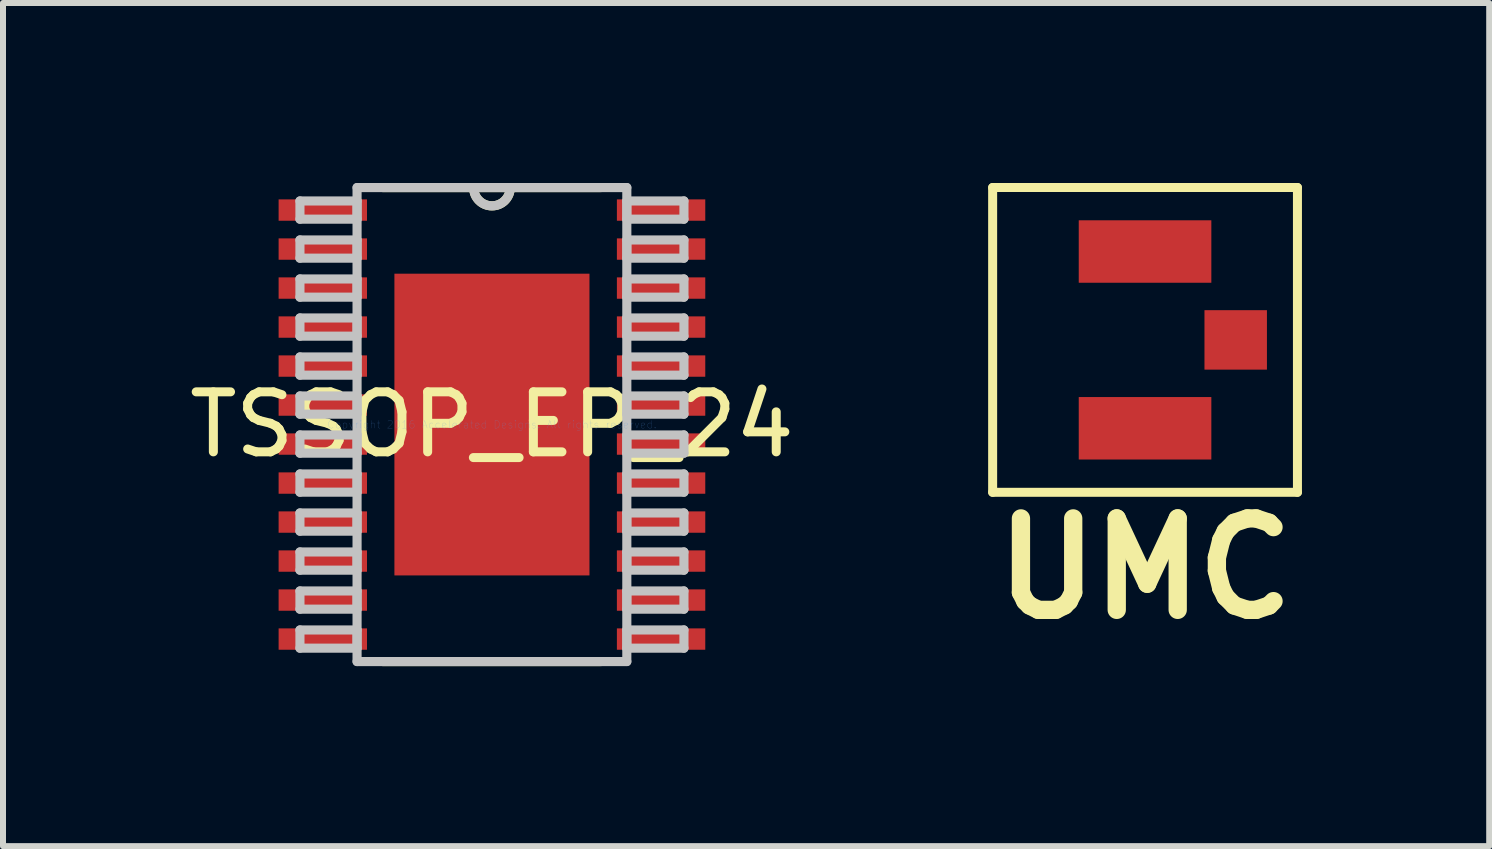
<source format=kicad_pcb>
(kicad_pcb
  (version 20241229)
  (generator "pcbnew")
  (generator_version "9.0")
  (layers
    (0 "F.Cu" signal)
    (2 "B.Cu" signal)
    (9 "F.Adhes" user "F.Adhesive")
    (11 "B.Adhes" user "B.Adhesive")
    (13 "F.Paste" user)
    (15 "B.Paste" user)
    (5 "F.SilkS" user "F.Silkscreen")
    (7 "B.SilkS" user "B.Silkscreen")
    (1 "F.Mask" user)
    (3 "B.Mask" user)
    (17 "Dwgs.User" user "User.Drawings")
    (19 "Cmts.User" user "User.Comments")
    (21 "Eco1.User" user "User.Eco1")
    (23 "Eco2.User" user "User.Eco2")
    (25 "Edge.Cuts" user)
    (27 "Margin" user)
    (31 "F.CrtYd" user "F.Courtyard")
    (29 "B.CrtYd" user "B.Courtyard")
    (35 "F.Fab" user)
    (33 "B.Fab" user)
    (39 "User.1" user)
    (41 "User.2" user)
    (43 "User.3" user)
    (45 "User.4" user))
  (footprint "TSSOP_EP_24"
    (layer "F.Cu")
    (at 5.149 4.026)
    (property "Reference" "TSSOP_EP_24" (at 0 0 0) (layer "F.SilkS") (effects (font (size 1 1) (thickness 0.15))))
    (attr through_hole)
    (fp_line (start -1.818 3.95) (end 1.818 3.95) (stroke (width 0.152) (type solid)) (layer "F.SilkS"))
    (fp_line (start 1.818 -3.95) (end -1.818 -3.95) (stroke (width 0.152) (type solid)) (layer "F.SilkS"))
    (fp_arc (start 0.3048 -3.9497) (mid 0 -3.6449) (end -0.3048 -3.9497) (stroke (width 0.1524) (type solid)) (layer "F.SilkS"))
    (fp_line (start -3.2 -3.727) (end -3.2 -3.423) (stroke (width 0.152) (type solid)) (layer "Dwgs.User"))
    (fp_line (start -3.2 -3.423) (end -2.248 -3.423) (stroke (width 0.152) (type solid)) (layer "Dwgs.User"))
    (fp_line (start -3.2 -3.077) (end -3.2 -2.773) (stroke (width 0.152) (type solid)) (layer "Dwgs.User"))
    (fp_line (start -3.2 -2.773) (end -2.248 -2.773) (stroke (width 0.152) (type solid)) (layer "Dwgs.User"))
    (fp_line (start -3.2 -2.427) (end -3.2 -2.123) (stroke (width 0.152) (type solid)) (layer "Dwgs.User"))
    (fp_line (start -3.2 -2.123) (end -2.248 -2.123) (stroke (width 0.152) (type solid)) (layer "Dwgs.User"))
    (fp_line (start -3.2 -1.777) (end -3.2 -1.473) (stroke (width 0.152) (type solid)) (layer "Dwgs.User"))
    (fp_line (start -3.2 -1.473) (end -2.248 -1.473) (stroke (width 0.152) (type solid)) (layer "Dwgs.User"))
    (fp_line (start -3.2 -1.127) (end -3.2 -0.823) (stroke (width 0.152) (type solid)) (layer "Dwgs.User"))
    (fp_line (start -3.2 -0.823) (end -2.248 -0.823) (stroke (width 0.152) (type solid)) (layer "Dwgs.User"))
    (fp_line (start -3.2 -0.477) (end -3.2 -0.173) (stroke (width 0.152) (type solid)) (layer "Dwgs.User"))
    (fp_line (start -3.2 -0.173) (end -2.248 -0.173) (stroke (width 0.152) (type solid)) (layer "Dwgs.User"))
    (fp_line (start -3.2 0.173) (end -3.2 0.477) (stroke (width 0.152) (type solid)) (layer "Dwgs.User"))
    (fp_line (start -3.2 0.477) (end -2.248 0.477) (stroke (width 0.152) (type solid)) (layer "Dwgs.User"))
    (fp_line (start -3.2 0.823) (end -3.2 1.127) (stroke (width 0.152) (type solid)) (layer "Dwgs.User"))
    (fp_line (start -3.2 1.127) (end -2.248 1.127) (stroke (width 0.152) (type solid)) (layer "Dwgs.User"))
    (fp_line (start -3.2 1.473) (end -3.2 1.777) (stroke (width 0.152) (type solid)) (layer "Dwgs.User"))
    (fp_line (start -3.2 1.777) (end -2.248 1.777) (stroke (width 0.152) (type solid)) (layer "Dwgs.User"))
    (fp_line (start -3.2 2.123) (end -3.2 2.427) (stroke (width 0.152) (type solid)) (layer "Dwgs.User"))
    (fp_line (start -3.2 2.427) (end -2.248 2.427) (stroke (width 0.152) (type solid)) (layer "Dwgs.User"))
    (fp_line (start -3.2 2.773) (end -3.2 3.077) (stroke (width 0.152) (type solid)) (layer "Dwgs.User"))
    (fp_line (start -3.2 3.077) (end -2.248 3.077) (stroke (width 0.152) (type solid)) (layer "Dwgs.User"))
    (fp_line (start -3.2 3.423) (end -3.2 3.727) (stroke (width 0.152) (type solid)) (layer "Dwgs.User"))
    (fp_line (start -3.2 3.727) (end -2.248 3.727) (stroke (width 0.152) (type solid)) (layer "Dwgs.User"))
    (fp_line (start -2.248 -3.95) (end -2.248 3.95) (stroke (width 0.152) (type solid)) (layer "Dwgs.User"))
    (fp_line (start -2.248 -3.727) (end -3.2 -3.727) (stroke (width 0.152) (type solid)) (layer "Dwgs.User"))
    (fp_line (start -2.248 -3.423) (end -2.248 -3.727) (stroke (width 0.152) (type solid)) (layer "Dwgs.User"))
    (fp_line (start -2.248 -3.077) (end -3.2 -3.077) (stroke (width 0.152) (type solid)) (layer "Dwgs.User"))
    (fp_line (start -2.248 -2.773) (end -2.248 -3.077) (stroke (width 0.152) (type solid)) (layer "Dwgs.User"))
    (fp_line (start -2.248 -2.427) (end -3.2 -2.427) (stroke (width 0.152) (type solid)) (layer "Dwgs.User"))
    (fp_line (start -2.248 -2.123) (end -2.248 -2.427) (stroke (width 0.152) (type solid)) (layer "Dwgs.User"))
    (fp_line (start -2.248 -1.777) (end -3.2 -1.777) (stroke (width 0.152) (type solid)) (layer "Dwgs.User"))
    (fp_line (start -2.248 -1.473) (end -2.248 -1.777) (stroke (width 0.152) (type solid)) (layer "Dwgs.User"))
    (fp_line (start -2.248 -1.127) (end -3.2 -1.127) (stroke (width 0.152) (type solid)) (layer "Dwgs.User"))
    (fp_line (start -2.248 -0.823) (end -2.248 -1.127) (stroke (width 0.152) (type solid)) (layer "Dwgs.User"))
    (fp_line (start -2.248 -0.477) (end -3.2 -0.477) (stroke (width 0.152) (type solid)) (layer "Dwgs.User"))
    (fp_line (start -2.248 -0.173) (end -2.248 -0.477) (stroke (width 0.152) (type solid)) (layer "Dwgs.User"))
    (fp_line (start -2.248 0.173) (end -3.2 0.173) (stroke (width 0.152) (type solid)) (layer "Dwgs.User"))
    (fp_line (start -2.248 0.477) (end -2.248 0.173) (stroke (width 0.152) (type solid)) (layer "Dwgs.User"))
    (fp_line (start -2.248 0.823) (end -3.2 0.823) (stroke (width 0.152) (type solid)) (layer "Dwgs.User"))
    (fp_line (start -2.248 1.127) (end -2.248 0.823) (stroke (width 0.152) (type solid)) (layer "Dwgs.User"))
    (fp_line (start -2.248 1.473) (end -3.2 1.473) (stroke (width 0.152) (type solid)) (layer "Dwgs.User"))
    (fp_line (start -2.248 1.777) (end -2.248 1.473) (stroke (width 0.152) (type solid)) (layer "Dwgs.User"))
    (fp_line (start -2.248 2.123) (end -3.2 2.123) (stroke (width 0.152) (type solid)) (layer "Dwgs.User"))
    (fp_line (start -2.248 2.427) (end -2.248 2.123) (stroke (width 0.152) (type solid)) (layer "Dwgs.User"))
    (fp_line (start -2.248 2.773) (end -3.2 2.773) (stroke (width 0.152) (type solid)) (layer "Dwgs.User"))
    (fp_line (start -2.248 3.077) (end -2.248 2.773) (stroke (width 0.152) (type solid)) (layer "Dwgs.User"))
    (fp_line (start -2.248 3.423) (end -3.2 3.423) (stroke (width 0.152) (type solid)) (layer "Dwgs.User"))
    (fp_line (start -2.248 3.727) (end -2.248 3.423) (stroke (width 0.152) (type solid)) (layer "Dwgs.User"))
    (fp_line (start -2.248 3.95) (end 2.248 3.95) (stroke (width 0.152) (type solid)) (layer "Dwgs.User"))
    (fp_line (start 2.248 -3.95) (end -2.248 -3.95) (stroke (width 0.152) (type solid)) (layer "Dwgs.User"))
    (fp_line (start 2.248 -3.727) (end 2.248 -3.423) (stroke (width 0.152) (type solid)) (layer "Dwgs.User"))
    (fp_line (start 2.248 -3.423) (end 3.2 -3.423) (stroke (width 0.152) (type solid)) (layer "Dwgs.User"))
    (fp_line (start 2.248 -3.077) (end 2.248 -2.773) (stroke (width 0.152) (type solid)) (layer "Dwgs.User"))
    (fp_line (start 2.248 -2.773) (end 3.2 -2.773) (stroke (width 0.152) (type solid)) (layer "Dwgs.User"))
    (fp_line (start 2.248 -2.427) (end 2.248 -2.123) (stroke (width 0.152) (type solid)) (layer "Dwgs.User"))
    (fp_line (start 2.248 -2.123) (end 3.2 -2.123) (stroke (width 0.152) (type solid)) (layer "Dwgs.User"))
    (fp_line (start 2.248 -1.777) (end 2.248 -1.473) (stroke (width 0.152) (type solid)) (layer "Dwgs.User"))
    (fp_line (start 2.248 -1.473) (end 3.2 -1.473) (stroke (width 0.152) (type solid)) (layer "Dwgs.User"))
    (fp_line (start 2.248 -1.127) (end 2.248 -0.823) (stroke (width 0.152) (type solid)) (layer "Dwgs.User"))
    (fp_line (start 2.248 -0.823) (end 3.2 -0.823) (stroke (width 0.152) (type solid)) (layer "Dwgs.User"))
    (fp_line (start 2.248 -0.477) (end 2.248 -0.173) (stroke (width 0.152) (type solid)) (layer "Dwgs.User"))
    (fp_line (start 2.248 -0.173) (end 3.2 -0.173) (stroke (width 0.152) (type solid)) (layer "Dwgs.User"))
    (fp_line (start 2.248 0.173) (end 2.248 0.477) (stroke (width 0.152) (type solid)) (layer "Dwgs.User"))
    (fp_line (start 2.248 0.477) (end 3.2 0.477) (stroke (width 0.152) (type solid)) (layer "Dwgs.User"))
    (fp_line (start 2.248 0.823) (end 2.248 1.127) (stroke (width 0.152) (type solid)) (layer "Dwgs.User"))
    (fp_line (start 2.248 1.127) (end 3.2 1.127) (stroke (width 0.152) (type solid)) (layer "Dwgs.User"))
    (fp_line (start 2.248 1.473) (end 2.248 1.777) (stroke (width 0.152) (type solid)) (layer "Dwgs.User"))
    (fp_line (start 2.248 1.777) (end 3.2 1.777) (stroke (width 0.152) (type solid)) (layer "Dwgs.User"))
    (fp_line (start 2.248 2.123) (end 2.248 2.427) (stroke (width 0.152) (type solid)) (layer "Dwgs.User"))
    (fp_line (start 2.248 2.427) (end 3.2 2.427) (stroke (width 0.152) (type solid)) (layer "Dwgs.User"))
    (fp_line (start 2.248 2.773) (end 2.248 3.077) (stroke (width 0.152) (type solid)) (layer "Dwgs.User"))
    (fp_line (start 2.248 3.077) (end 3.2 3.077) (stroke (width 0.152) (type solid)) (layer "Dwgs.User"))
    (fp_line (start 2.248 3.423) (end 2.248 3.727) (stroke (width 0.152) (type solid)) (layer "Dwgs.User"))
    (fp_line (start 2.248 3.727) (end 3.2 3.727) (stroke (width 0.152) (type solid)) (layer "Dwgs.User"))
    (fp_line (start 2.248 3.95) (end 2.248 -3.95) (stroke (width 0.152) (type solid)) (layer "Dwgs.User"))
    (fp_line (start 3.2 -3.727) (end 2.248 -3.727) (stroke (width 0.152) (type solid)) (layer "Dwgs.User"))
    (fp_line (start 3.2 -3.423) (end 3.2 -3.727) (stroke (width 0.152) (type solid)) (layer "Dwgs.User"))
    (fp_line (start 3.2 -3.077) (end 2.248 -3.077) (stroke (width 0.152) (type solid)) (layer "Dwgs.User"))
    (fp_line (start 3.2 -2.773) (end 3.2 -3.077) (stroke (width 0.152) (type solid)) (layer "Dwgs.User"))
    (fp_line (start 3.2 -2.427) (end 2.248 -2.427) (stroke (width 0.152) (type solid)) (layer "Dwgs.User"))
    (fp_line (start 3.2 -2.123) (end 3.2 -2.427) (stroke (width 0.152) (type solid)) (layer "Dwgs.User"))
    (fp_line (start 3.2 -1.777) (end 2.248 -1.777) (stroke (width 0.152) (type solid)) (layer "Dwgs.User"))
    (fp_line (start 3.2 -1.473) (end 3.2 -1.777) (stroke (width 0.152) (type solid)) (layer "Dwgs.User"))
    (fp_line (start 3.2 -1.127) (end 2.248 -1.127) (stroke (width 0.152) (type solid)) (layer "Dwgs.User"))
    (fp_line (start 3.2 -0.823) (end 3.2 -1.127) (stroke (width 0.152) (type solid)) (layer "Dwgs.User"))
    (fp_line (start 3.2 -0.477) (end 2.248 -0.477) (stroke (width 0.152) (type solid)) (layer "Dwgs.User"))
    (fp_line (start 3.2 -0.173) (end 3.2 -0.477) (stroke (width 0.152) (type solid)) (layer "Dwgs.User"))
    (fp_line (start 3.2 0.173) (end 2.248 0.173) (stroke (width 0.152) (type solid)) (layer "Dwgs.User"))
    (fp_line (start 3.2 0.477) (end 3.2 0.173) (stroke (width 0.152) (type solid)) (layer "Dwgs.User"))
    (fp_line (start 3.2 0.823) (end 2.248 0.823) (stroke (width 0.152) (type solid)) (layer "Dwgs.User"))
    (fp_line (start 3.2 1.127) (end 3.2 0.823) (stroke (width 0.152) (type solid)) (layer "Dwgs.User"))
    (fp_line (start 3.2 1.473) (end 2.248 1.473) (stroke (width 0.152) (type solid)) (layer "Dwgs.User"))
    (fp_line (start 3.2 1.777) (end 3.2 1.473) (stroke (width 0.152) (type solid)) (layer "Dwgs.User"))
    (fp_line (start 3.2 2.123) (end 2.248 2.123) (stroke (width 0.152) (type solid)) (layer "Dwgs.User"))
    (fp_line (start 3.2 2.427) (end 3.2 2.123) (stroke (width 0.152) (type solid)) (layer "Dwgs.User"))
    (fp_line (start 3.2 2.773) (end 2.248 2.773) (stroke (width 0.152) (type solid)) (layer "Dwgs.User"))
    (fp_line (start 3.2 3.077) (end 3.2 2.773) (stroke (width 0.152) (type solid)) (layer "Dwgs.User"))
    (fp_line (start 3.2 3.423) (end 2.248 3.423) (stroke (width 0.152) (type solid)) (layer "Dwgs.User"))
    (fp_line (start 3.2 3.727) (end 3.2 3.423) (stroke (width 0.152) (type solid)) (layer "Dwgs.User"))
    (fp_arc (start 0.3048 -3.9497) (mid 0 -3.6449) (end -0.3048 -3.9497) (stroke (width 0.1524) (type solid)) (layer "Dwgs.User"))
    (fp_text user "Copyright 2016 Accelerated Designs. All rights reserved." (at 0 0 0) (layer "Cmts.User") (effects (font (size 0.127 0.127) (thickness 0.002))))
    (pad "1" smd rect (at -2.819 -3.575) (size 1.473 0.356) (layers "F.Cu" "F.Mask" "F.Paste"))
    (pad "2" smd rect (at -2.819 -2.925) (size 1.473 0.356) (layers "F.Cu" "F.Mask" "F.Paste"))
    (pad "3" smd rect (at -2.819 -2.275) (size 1.473 0.356) (layers "F.Cu" "F.Mask" "F.Paste"))
    (pad "4" smd rect (at -2.819 -1.625) (size 1.473 0.356) (layers "F.Cu" "F.Mask" "F.Paste"))
    (pad "5" smd rect (at -2.819 -0.975) (size 1.473 0.356) (layers "F.Cu" "F.Mask" "F.Paste"))
    (pad "6" smd rect (at -2.819 -0.325) (size 1.473 0.356) (layers "F.Cu" "F.Mask" "F.Paste"))
    (pad "7" smd rect (at -2.819 0.325) (size 1.473 0.356) (layers "F.Cu" "F.Mask" "F.Paste"))
    (pad "8" smd rect (at -2.819 0.975) (size 1.473 0.356) (layers "F.Cu" "F.Mask" "F.Paste"))
    (pad "9" smd rect (at -2.819 1.625) (size 1.473 0.356) (layers "F.Cu" "F.Mask" "F.Paste"))
    (pad "10" smd rect (at -2.819 2.275) (size 1.473 0.356) (layers "F.Cu" "F.Mask" "F.Paste"))
    (pad "11" smd rect (at -2.819 2.925) (size 1.473 0.356) (layers "F.Cu" "F.Mask" "F.Paste"))
    (pad "12" smd rect (at -2.819 3.575) (size 1.473 0.356) (layers "F.Cu" "F.Mask" "F.Paste"))
    (pad "13" smd rect (at 2.819 3.575) (size 1.473 0.356) (layers "F.Cu" "F.Mask" "F.Paste"))
    (pad "14" smd rect (at 2.819 2.925) (size 1.473 0.356) (layers "F.Cu" "F.Mask" "F.Paste"))
    (pad "15" smd rect (at 2.819 2.275) (size 1.473 0.356) (layers "F.Cu" "F.Mask" "F.Paste"))
    (pad "16" smd rect (at 2.819 1.625) (size 1.473 0.356) (layers "F.Cu" "F.Mask" "F.Paste"))
    (pad "17" smd rect (at 2.819 0.975) (size 1.473 0.356) (layers "F.Cu" "F.Mask" "F.Paste"))
    (pad "18" smd rect (at 2.819 0.325) (size 1.473 0.356) (layers "F.Cu" "F.Mask" "F.Paste"))
    (pad "19" smd rect (at 2.819 -0.325) (size 1.473 0.356) (layers "F.Cu" "F.Mask" "F.Paste"))
    (pad "20" smd rect (at 2.819 -0.975) (size 1.473 0.356) (layers "F.Cu" "F.Mask" "F.Paste"))
    (pad "21" smd rect (at 2.819 -1.625) (size 1.473 0.356) (layers "F.Cu" "F.Mask" "F.Paste"))
    (pad "22" smd rect (at 2.819 -2.275) (size 1.473 0.356) (layers "F.Cu" "F.Mask" "F.Paste"))
    (pad "23" smd rect (at 2.819 -2.925) (size 1.473 0.356) (layers "F.Cu" "F.Mask" "F.Paste"))
    (pad "24" smd rect (at 2.819 -3.575) (size 1.473 0.356) (layers "F.Cu" "F.Mask" "F.Paste"))
    (pad "25" smd rect (at 0 0) (size 3.251 5.029) (layers "F.Cu" "F.Mask" "F.Paste")))
  (footprint "UMC"
    (layer "F.Cu")
    (at 16.034 2.615)
    (property "Reference" "UMC" (at 0 3.81 0) (layer "F.SilkS") (effects (font (size 1.524 1.524) (thickness 0.305))))
    (attr through_hole)
    (fp_line (start -2.54 -2.54) (end 2.54 -2.54) (stroke (width 0.15) (type solid)) (layer "F.SilkS"))
    (fp_line (start -2.54 2.54) (end -2.54 -2.54) (stroke (width 0.15) (type solid)) (layer "F.SilkS"))
    (fp_line (start 2.54 -2.54) (end 2.54 2.54) (stroke (width 0.15) (type solid)) (layer "F.SilkS"))
    (fp_line (start 2.54 2.54) (end -2.54 2.54) (stroke (width 0.15) (type solid)) (layer "F.SilkS"))
    (pad "1" smd rect (at 0 1.473) (size 2.21 1.041) (layers "F.Cu" "F.Mask"))
    (pad "2" smd rect (at 0 -1.473) (size 2.21 1.041) (layers "F.Cu" "F.Mask"))
    (pad "2" smd rect (at 1.511 0) (size 1.041 0.991) (layers "F.Cu" "F.Mask")))
  (gr_rect
    (start -3 -3)
    (end 21.77 11.052)
    (stroke (width 0.1) (type default))
    (fill no)
    (layer "Edge.Cuts")))
</source>
